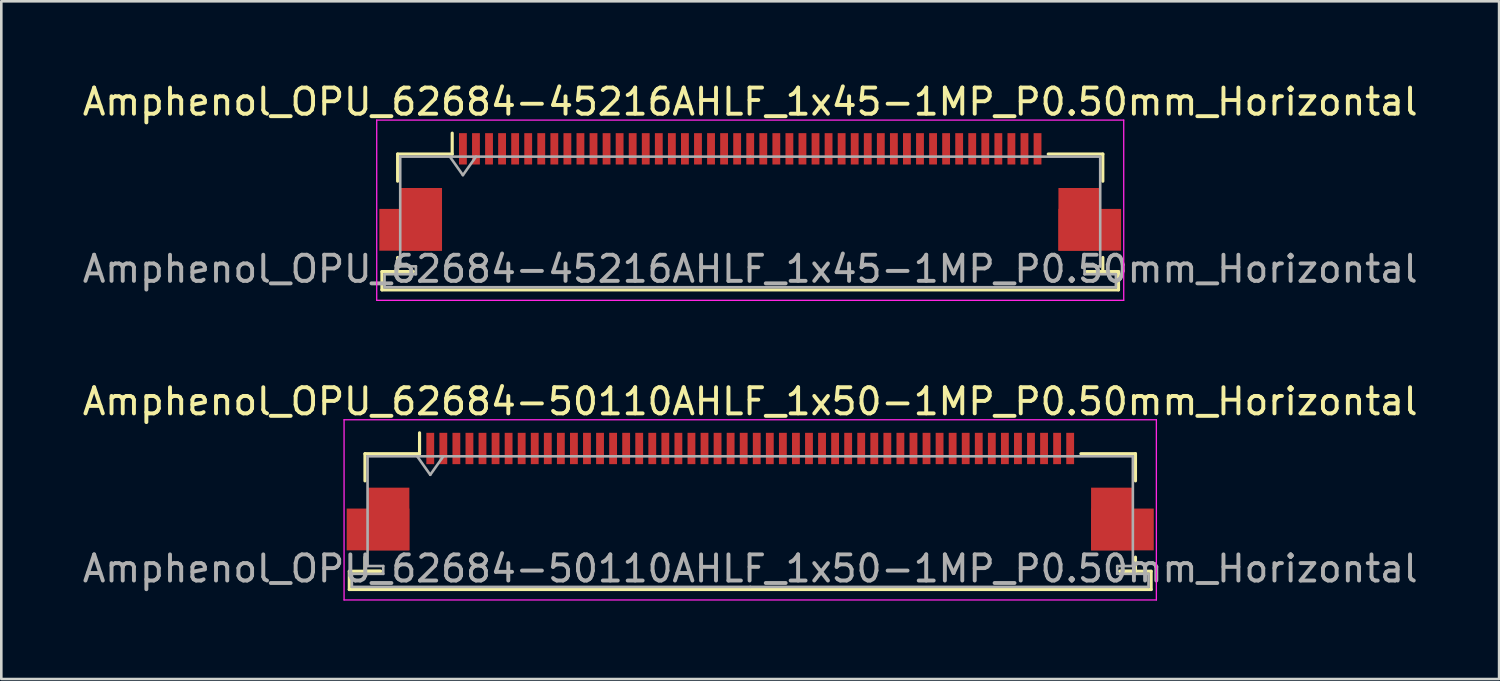
<source format=kicad_pcb>
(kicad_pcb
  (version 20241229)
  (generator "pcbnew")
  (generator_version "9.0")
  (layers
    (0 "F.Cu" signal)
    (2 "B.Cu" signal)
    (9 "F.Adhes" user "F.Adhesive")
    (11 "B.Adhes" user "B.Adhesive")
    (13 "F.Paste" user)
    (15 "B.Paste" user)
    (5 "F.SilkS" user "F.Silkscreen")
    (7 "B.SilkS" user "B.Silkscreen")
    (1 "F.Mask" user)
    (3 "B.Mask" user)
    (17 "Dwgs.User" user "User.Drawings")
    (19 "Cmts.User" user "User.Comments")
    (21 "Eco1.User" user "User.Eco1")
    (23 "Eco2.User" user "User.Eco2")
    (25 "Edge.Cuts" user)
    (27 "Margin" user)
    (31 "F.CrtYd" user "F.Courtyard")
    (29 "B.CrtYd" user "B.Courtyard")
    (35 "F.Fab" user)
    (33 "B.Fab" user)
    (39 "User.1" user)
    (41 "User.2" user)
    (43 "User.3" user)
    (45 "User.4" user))
  (footprint "Amphenol_OPU_62684-45216AHLF_1x45-1MP_P0.50mm_Horizontal"
    (layer "F.Cu")
    (at 25.673 4.298)
    (property "Reference" "Amphenol_OPU_62684-45216AHLF_1x45-1MP_P0.50mm_Horizontal" (at 0 -3.45 0) (layer "F.SilkS") (effects (font (size 1 1) (thickness 0.15))))
    (attr smd)
    (fp_line (start -14.1 3.05) (end -14.1 3.75) (stroke (width 0.12) (type solid)) (layer "F.SilkS"))
    (fp_line (start -14.1 3.75) (end 14.1 3.75) (stroke (width 0.12) (type solid)) (layer "F.SilkS"))
    (fp_line (start -13.5 -1.45) (end -13.5 -0.41) (stroke (width 0.12) (type solid)) (layer "F.SilkS"))
    (fp_line (start -13.5 2.51) (end -13.5 3.05) (stroke (width 0.12) (type solid)) (layer "F.SilkS"))
    (fp_line (start -13.5 3.05) (end -12.9 3.05) (stroke (width 0.12) (type solid)) (layer "F.SilkS"))
    (fp_line (start -12.9 3.05) (end -14.1 3.05) (stroke (width 0.12) (type solid)) (layer "F.SilkS"))
    (fp_line (start -11.41 -1.45) (end -13.5 -1.45) (stroke (width 0.12) (type solid)) (layer "F.SilkS"))
    (fp_line (start -11.41 -1.45) (end -11.41 -2.25) (stroke (width 0.12) (type solid)) (layer "F.SilkS"))
    (fp_line (start 11.41 -1.45) (end 13.5 -1.45) (stroke (width 0.12) (type solid)) (layer "F.SilkS"))
    (fp_line (start 12.9 3.05) (end 13.5 3.05) (stroke (width 0.12) (type solid)) (layer "F.SilkS"))
    (fp_line (start 13.5 -1.45) (end 13.5 -0.41) (stroke (width 0.12) (type solid)) (layer "F.SilkS"))
    (fp_line (start 13.5 3.05) (end 13.5 2.51) (stroke (width 0.12) (type solid)) (layer "F.SilkS"))
    (fp_line (start 14.1 3.05) (end 12.9 3.05) (stroke (width 0.12) (type solid)) (layer "F.SilkS"))
    (fp_line (start 14.1 3.75) (end 14.1 3.05) (stroke (width 0.12) (type solid)) (layer "F.SilkS"))
    (fp_line (start -14.3 -2.75) (end -14.3 4.15) (stroke (width 0.05) (type solid)) (layer "F.CrtYd"))
    (fp_line (start -14.3 4.15) (end 14.3 4.15) (stroke (width 0.05) (type solid)) (layer "F.CrtYd"))
    (fp_line (start 14.3 -2.75) (end -14.3 -2.75) (stroke (width 0.05) (type solid)) (layer "F.CrtYd"))
    (fp_line (start 14.3 4.15) (end 14.3 -2.75) (stroke (width 0.05) (type solid)) (layer "F.CrtYd"))
    (fp_line (start -14 3.15) (end -14 3.65) (stroke (width 0.1) (type solid)) (layer "F.Fab"))
    (fp_line (start -14 3.65) (end 0 3.65) (stroke (width 0.1) (type solid)) (layer "F.Fab"))
    (fp_line (start -13.4 -1.35) (end -13.4 2.85) (stroke (width 0.1) (type solid)) (layer "F.Fab"))
    (fp_line (start -13.4 2.85) (end -12.8 2.85) (stroke (width 0.1) (type solid)) (layer "F.Fab"))
    (fp_line (start -12.8 2.85) (end -12.8 3.15) (stroke (width 0.1) (type solid)) (layer "F.Fab"))
    (fp_line (start -12.8 3.15) (end -14 3.15) (stroke (width 0.1) (type solid)) (layer "F.Fab"))
    (fp_line (start -11.5 -1.35) (end -11 -0.643) (stroke (width 0.1) (type solid)) (layer "F.Fab"))
    (fp_line (start -11 -0.643) (end -10.5 -1.35) (stroke (width 0.1) (type solid)) (layer "F.Fab"))
    (fp_line (start 0 -1.35) (end -13.4 -1.35) (stroke (width 0.1) (type solid)) (layer "F.Fab"))
    (fp_line (start 0 -1.35) (end 13.4 -1.35) (stroke (width 0.1) (type solid)) (layer "F.Fab"))
    (fp_line (start 12.8 2.85) (end 12.8 3.15) (stroke (width 0.1) (type solid)) (layer "F.Fab"))
    (fp_line (start 12.8 3.15) (end 14 3.15) (stroke (width 0.1) (type solid)) (layer "F.Fab"))
    (fp_line (start 13.4 -1.35) (end 13.4 2.85) (stroke (width 0.1) (type solid)) (layer "F.Fab"))
    (fp_line (start 13.4 2.85) (end 12.8 2.85) (stroke (width 0.1) (type solid)) (layer "F.Fab"))
    (fp_line (start 14 3.15) (end 14 3.65) (stroke (width 0.1) (type solid)) (layer "F.Fab"))
    (fp_line (start 14 3.65) (end 0 3.65) (stroke (width 0.1) (type solid)) (layer "F.Fab"))
    (fp_text user "${REFERENCE}" (at 0 2.95 0) (layer "F.Fab") (effects (font (size 1 1) (thickness 0.15))))
    (pad "1" smd rect (at -11 -1.65) (size 0.3 1.2) (layers "F.Cu" "F.Mask" "F.Paste"))
    (pad "2" smd rect (at -10.5 -1.65) (size 0.3 1.2) (layers "F.Cu" "F.Mask" "F.Paste"))
    (pad "3" smd rect (at -10 -1.65) (size 0.3 1.2) (layers "F.Cu" "F.Mask" "F.Paste"))
    (pad "4" smd rect (at -9.5 -1.65) (size 0.3 1.2) (layers "F.Cu" "F.Mask" "F.Paste"))
    (pad "5" smd rect (at -9 -1.65) (size 0.3 1.2) (layers "F.Cu" "F.Mask" "F.Paste"))
    (pad "6" smd rect (at -8.5 -1.65) (size 0.3 1.2) (layers "F.Cu" "F.Mask" "F.Paste"))
    (pad "7" smd rect (at -8 -1.65) (size 0.3 1.2) (layers "F.Cu" "F.Mask" "F.Paste"))
    (pad "8" smd rect (at -7.5 -1.65) (size 0.3 1.2) (layers "F.Cu" "F.Mask" "F.Paste"))
    (pad "9" smd rect (at -7 -1.65) (size 0.3 1.2) (layers "F.Cu" "F.Mask" "F.Paste"))
    (pad "10" smd rect (at -6.5 -1.65) (size 0.3 1.2) (layers "F.Cu" "F.Mask" "F.Paste"))
    (pad "11" smd rect (at -6 -1.65) (size 0.3 1.2) (layers "F.Cu" "F.Mask" "F.Paste"))
    (pad "12" smd rect (at -5.5 -1.65) (size 0.3 1.2) (layers "F.Cu" "F.Mask" "F.Paste"))
    (pad "13" smd rect (at -5 -1.65) (size 0.3 1.2) (layers "F.Cu" "F.Mask" "F.Paste"))
    (pad "14" smd rect (at -4.5 -1.65) (size 0.3 1.2) (layers "F.Cu" "F.Mask" "F.Paste"))
    (pad "15" smd rect (at -4 -1.65) (size 0.3 1.2) (layers "F.Cu" "F.Mask" "F.Paste"))
    (pad "16" smd rect (at -3.5 -1.65) (size 0.3 1.2) (layers "F.Cu" "F.Mask" "F.Paste"))
    (pad "17" smd rect (at -3 -1.65) (size 0.3 1.2) (layers "F.Cu" "F.Mask" "F.Paste"))
    (pad "18" smd rect (at -2.5 -1.65) (size 0.3 1.2) (layers "F.Cu" "F.Mask" "F.Paste"))
    (pad "19" smd rect (at -2 -1.65) (size 0.3 1.2) (layers "F.Cu" "F.Mask" "F.Paste"))
    (pad "20" smd rect (at -1.5 -1.65) (size 0.3 1.2) (layers "F.Cu" "F.Mask" "F.Paste"))
    (pad "21" smd rect (at -1 -1.65) (size 0.3 1.2) (layers "F.Cu" "F.Mask" "F.Paste"))
    (pad "22" smd rect (at -0.5 -1.65) (size 0.3 1.2) (layers "F.Cu" "F.Mask" "F.Paste"))
    (pad "23" smd rect (at 0 -1.65) (size 0.3 1.2) (layers "F.Cu" "F.Mask" "F.Paste"))
    (pad "24" smd rect (at 0.5 -1.65) (size 0.3 1.2) (layers "F.Cu" "F.Mask" "F.Paste"))
    (pad "25" smd rect (at 1 -1.65) (size 0.3 1.2) (layers "F.Cu" "F.Mask" "F.Paste"))
    (pad "26" smd rect (at 1.5 -1.65) (size 0.3 1.2) (layers "F.Cu" "F.Mask" "F.Paste"))
    (pad "27" smd rect (at 2 -1.65) (size 0.3 1.2) (layers "F.Cu" "F.Mask" "F.Paste"))
    (pad "28" smd rect (at 2.5 -1.65) (size 0.3 1.2) (layers "F.Cu" "F.Mask" "F.Paste"))
    (pad "29" smd rect (at 3 -1.65) (size 0.3 1.2) (layers "F.Cu" "F.Mask" "F.Paste"))
    (pad "30" smd rect (at 3.5 -1.65) (size 0.3 1.2) (layers "F.Cu" "F.Mask" "F.Paste"))
    (pad "31" smd rect (at 4 -1.65) (size 0.3 1.2) (layers "F.Cu" "F.Mask" "F.Paste"))
    (pad "32" smd rect (at 4.5 -1.65) (size 0.3 1.2) (layers "F.Cu" "F.Mask" "F.Paste"))
    (pad "33" smd rect (at 5 -1.65) (size 0.3 1.2) (layers "F.Cu" "F.Mask" "F.Paste"))
    (pad "34" smd rect (at 5.5 -1.65) (size 0.3 1.2) (layers "F.Cu" "F.Mask" "F.Paste"))
    (pad "35" smd rect (at 6 -1.65) (size 0.3 1.2) (layers "F.Cu" "F.Mask" "F.Paste"))
    (pad "36" smd rect (at 6.5 -1.65) (size 0.3 1.2) (layers "F.Cu" "F.Mask" "F.Paste"))
    (pad "37" smd rect (at 7 -1.65) (size 0.3 1.2) (layers "F.Cu" "F.Mask" "F.Paste"))
    (pad "38" smd rect (at 7.5 -1.65) (size 0.3 1.2) (layers "F.Cu" "F.Mask" "F.Paste"))
    (pad "39" smd rect (at 8 -1.65) (size 0.3 1.2) (layers "F.Cu" "F.Mask" "F.Paste"))
    (pad "40" smd rect (at 8.5 -1.65) (size 0.3 1.2) (layers "F.Cu" "F.Mask" "F.Paste"))
    (pad "41" smd rect (at 9 -1.65) (size 0.3 1.2) (layers "F.Cu" "F.Mask" "F.Paste"))
    (pad "42" smd rect (at 9.5 -1.65) (size 0.3 1.2) (layers "F.Cu" "F.Mask" "F.Paste"))
    (pad "43" smd rect (at 10 -1.65) (size 0.3 1.2) (layers "F.Cu" "F.Mask" "F.Paste"))
    (pad "44" smd rect (at 10.5 -1.65) (size 0.3 1.2) (layers "F.Cu" "F.Mask" "F.Paste"))
    (pad "45" smd rect (at 11 -1.65) (size 0.3 1.2) (layers "F.Cu" "F.Mask" "F.Paste"))
    (pad "MP" smd rect (at -13 1.45) (size 2.4 1.6) (layers "F.Cu" "F.Mask" "F.Paste"))
    (pad "MP" smd rect (at -12.6 1.05) (size 1.6 2.4) (layers "F.Cu" "F.Mask" "F.Paste"))
    (pad "MP" smd rect (at 12.6 1.05) (size 1.6 2.4) (layers "F.Cu" "F.Mask" "F.Paste"))
    (pad "MP" smd rect (at 13 1.45) (size 2.4 1.6) (layers "F.Cu" "F.Mask" "F.Paste")))
  (footprint "Amphenol_OPU_62684-50110AHLF_1x50-1MP_P0.50mm_Horizontal"
    (layer "F.Cu")
    (at 25.673 15.771)
    (property "Reference" "Amphenol_OPU_62684-50110AHLF_1x50-1MP_P0.50mm_Horizontal" (at 0 -3.45 0) (layer "F.SilkS") (effects (font (size 1 1) (thickness 0.15))))
    (attr smd)
    (fp_line (start -15.35 3.05) (end -15.35 3.75) (stroke (width 0.12) (type solid)) (layer "F.SilkS"))
    (fp_line (start -15.35 3.75) (end 15.35 3.75) (stroke (width 0.12) (type solid)) (layer "F.SilkS"))
    (fp_line (start -14.75 -1.45) (end -14.75 -0.41) (stroke (width 0.12) (type solid)) (layer "F.SilkS"))
    (fp_line (start -14.75 2.51) (end -14.75 3.05) (stroke (width 0.12) (type solid)) (layer "F.SilkS"))
    (fp_line (start -14.75 3.05) (end -14.15 3.05) (stroke (width 0.12) (type solid)) (layer "F.SilkS"))
    (fp_line (start -14.15 3.05) (end -15.35 3.05) (stroke (width 0.12) (type solid)) (layer "F.SilkS"))
    (fp_line (start -12.66 -1.45) (end -14.75 -1.45) (stroke (width 0.12) (type solid)) (layer "F.SilkS"))
    (fp_line (start -12.66 -1.45) (end -12.66 -2.25) (stroke (width 0.12) (type solid)) (layer "F.SilkS"))
    (fp_line (start 12.66 -1.45) (end 14.75 -1.45) (stroke (width 0.12) (type solid)) (layer "F.SilkS"))
    (fp_line (start 14.15 3.05) (end 14.75 3.05) (stroke (width 0.12) (type solid)) (layer "F.SilkS"))
    (fp_line (start 14.75 -1.45) (end 14.75 -0.41) (stroke (width 0.12) (type solid)) (layer "F.SilkS"))
    (fp_line (start 14.75 3.05) (end 14.75 2.51) (stroke (width 0.12) (type solid)) (layer "F.SilkS"))
    (fp_line (start 15.35 3.05) (end 14.15 3.05) (stroke (width 0.12) (type solid)) (layer "F.SilkS"))
    (fp_line (start 15.35 3.75) (end 15.35 3.05) (stroke (width 0.12) (type solid)) (layer "F.SilkS"))
    (fp_line (start -15.55 -2.75) (end -15.55 4.15) (stroke (width 0.05) (type solid)) (layer "F.CrtYd"))
    (fp_line (start -15.55 4.15) (end 15.55 4.15) (stroke (width 0.05) (type solid)) (layer "F.CrtYd"))
    (fp_line (start 15.55 -2.75) (end -15.55 -2.75) (stroke (width 0.05) (type solid)) (layer "F.CrtYd"))
    (fp_line (start 15.55 4.15) (end 15.55 -2.75) (stroke (width 0.05) (type solid)) (layer "F.CrtYd"))
    (fp_line (start -15.25 3.15) (end -15.25 3.65) (stroke (width 0.1) (type solid)) (layer "F.Fab"))
    (fp_line (start -15.25 3.65) (end 0 3.65) (stroke (width 0.1) (type solid)) (layer "F.Fab"))
    (fp_line (start -14.65 -1.35) (end -14.65 2.85) (stroke (width 0.1) (type solid)) (layer "F.Fab"))
    (fp_line (start -14.65 2.85) (end -14.05 2.85) (stroke (width 0.1) (type solid)) (layer "F.Fab"))
    (fp_line (start -14.05 2.85) (end -14.05 3.15) (stroke (width 0.1) (type solid)) (layer "F.Fab"))
    (fp_line (start -14.05 3.15) (end -15.25 3.15) (stroke (width 0.1) (type solid)) (layer "F.Fab"))
    (fp_line (start -12.75 -1.35) (end -12.25 -0.643) (stroke (width 0.1) (type solid)) (layer "F.Fab"))
    (fp_line (start -12.25 -0.643) (end -11.75 -1.35) (stroke (width 0.1) (type solid)) (layer "F.Fab"))
    (fp_line (start 0 -1.35) (end -14.65 -1.35) (stroke (width 0.1) (type solid)) (layer "F.Fab"))
    (fp_line (start 0 -1.35) (end 14.65 -1.35) (stroke (width 0.1) (type solid)) (layer "F.Fab"))
    (fp_line (start 14.05 2.85) (end 14.05 3.15) (stroke (width 0.1) (type solid)) (layer "F.Fab"))
    (fp_line (start 14.05 3.15) (end 15.25 3.15) (stroke (width 0.1) (type solid)) (layer "F.Fab"))
    (fp_line (start 14.65 -1.35) (end 14.65 2.85) (stroke (width 0.1) (type solid)) (layer "F.Fab"))
    (fp_line (start 14.65 2.85) (end 14.05 2.85) (stroke (width 0.1) (type solid)) (layer "F.Fab"))
    (fp_line (start 15.25 3.15) (end 15.25 3.65) (stroke (width 0.1) (type solid)) (layer "F.Fab"))
    (fp_line (start 15.25 3.65) (end 0 3.65) (stroke (width 0.1) (type solid)) (layer "F.Fab"))
    (fp_text user "${REFERENCE}" (at 0 2.95 0) (layer "F.Fab") (effects (font (size 1 1) (thickness 0.15))))
    (pad "1" smd rect (at -12.25 -1.65) (size 0.3 1.2) (layers "F.Cu" "F.Mask" "F.Paste"))
    (pad "2" smd rect (at -11.75 -1.65) (size 0.3 1.2) (layers "F.Cu" "F.Mask" "F.Paste"))
    (pad "3" smd rect (at -11.25 -1.65) (size 0.3 1.2) (layers "F.Cu" "F.Mask" "F.Paste"))
    (pad "4" smd rect (at -10.75 -1.65) (size 0.3 1.2) (layers "F.Cu" "F.Mask" "F.Paste"))
    (pad "5" smd rect (at -10.25 -1.65) (size 0.3 1.2) (layers "F.Cu" "F.Mask" "F.Paste"))
    (pad "6" smd rect (at -9.75 -1.65) (size 0.3 1.2) (layers "F.Cu" "F.Mask" "F.Paste"))
    (pad "7" smd rect (at -9.25 -1.65) (size 0.3 1.2) (layers "F.Cu" "F.Mask" "F.Paste"))
    (pad "8" smd rect (at -8.75 -1.65) (size 0.3 1.2) (layers "F.Cu" "F.Mask" "F.Paste"))
    (pad "9" smd rect (at -8.25 -1.65) (size 0.3 1.2) (layers "F.Cu" "F.Mask" "F.Paste"))
    (pad "10" smd rect (at -7.75 -1.65) (size 0.3 1.2) (layers "F.Cu" "F.Mask" "F.Paste"))
    (pad "11" smd rect (at -7.25 -1.65) (size 0.3 1.2) (layers "F.Cu" "F.Mask" "F.Paste"))
    (pad "12" smd rect (at -6.75 -1.65) (size 0.3 1.2) (layers "F.Cu" "F.Mask" "F.Paste"))
    (pad "13" smd rect (at -6.25 -1.65) (size 0.3 1.2) (layers "F.Cu" "F.Mask" "F.Paste"))
    (pad "14" smd rect (at -5.75 -1.65) (size 0.3 1.2) (layers "F.Cu" "F.Mask" "F.Paste"))
    (pad "15" smd rect (at -5.25 -1.65) (size 0.3 1.2) (layers "F.Cu" "F.Mask" "F.Paste"))
    (pad "16" smd rect (at -4.75 -1.65) (size 0.3 1.2) (layers "F.Cu" "F.Mask" "F.Paste"))
    (pad "17" smd rect (at -4.25 -1.65) (size 0.3 1.2) (layers "F.Cu" "F.Mask" "F.Paste"))
    (pad "18" smd rect (at -3.75 -1.65) (size 0.3 1.2) (layers "F.Cu" "F.Mask" "F.Paste"))
    (pad "19" smd rect (at -3.25 -1.65) (size 0.3 1.2) (layers "F.Cu" "F.Mask" "F.Paste"))
    (pad "20" smd rect (at -2.75 -1.65) (size 0.3 1.2) (layers "F.Cu" "F.Mask" "F.Paste"))
    (pad "21" smd rect (at -2.25 -1.65) (size 0.3 1.2) (layers "F.Cu" "F.Mask" "F.Paste"))
    (pad "22" smd rect (at -1.75 -1.65) (size 0.3 1.2) (layers "F.Cu" "F.Mask" "F.Paste"))
    (pad "23" smd rect (at -1.25 -1.65) (size 0.3 1.2) (layers "F.Cu" "F.Mask" "F.Paste"))
    (pad "24" smd rect (at -0.75 -1.65) (size 0.3 1.2) (layers "F.Cu" "F.Mask" "F.Paste"))
    (pad "25" smd rect (at -0.25 -1.65) (size 0.3 1.2) (layers "F.Cu" "F.Mask" "F.Paste"))
    (pad "26" smd rect (at 0.25 -1.65) (size 0.3 1.2) (layers "F.Cu" "F.Mask" "F.Paste"))
    (pad "27" smd rect (at 0.75 -1.65) (size 0.3 1.2) (layers "F.Cu" "F.Mask" "F.Paste"))
    (pad "28" smd rect (at 1.25 -1.65) (size 0.3 1.2) (layers "F.Cu" "F.Mask" "F.Paste"))
    (pad "29" smd rect (at 1.75 -1.65) (size 0.3 1.2) (layers "F.Cu" "F.Mask" "F.Paste"))
    (pad "30" smd rect (at 2.25 -1.65) (size 0.3 1.2) (layers "F.Cu" "F.Mask" "F.Paste"))
    (pad "31" smd rect (at 2.75 -1.65) (size 0.3 1.2) (layers "F.Cu" "F.Mask" "F.Paste"))
    (pad "32" smd rect (at 3.25 -1.65) (size 0.3 1.2) (layers "F.Cu" "F.Mask" "F.Paste"))
    (pad "33" smd rect (at 3.75 -1.65) (size 0.3 1.2) (layers "F.Cu" "F.Mask" "F.Paste"))
    (pad "34" smd rect (at 4.25 -1.65) (size 0.3 1.2) (layers "F.Cu" "F.Mask" "F.Paste"))
    (pad "35" smd rect (at 4.75 -1.65) (size 0.3 1.2) (layers "F.Cu" "F.Mask" "F.Paste"))
    (pad "36" smd rect (at 5.25 -1.65) (size 0.3 1.2) (layers "F.Cu" "F.Mask" "F.Paste"))
    (pad "37" smd rect (at 5.75 -1.65) (size 0.3 1.2) (layers "F.Cu" "F.Mask" "F.Paste"))
    (pad "38" smd rect (at 6.25 -1.65) (size 0.3 1.2) (layers "F.Cu" "F.Mask" "F.Paste"))
    (pad "39" smd rect (at 6.75 -1.65) (size 0.3 1.2) (layers "F.Cu" "F.Mask" "F.Paste"))
    (pad "40" smd rect (at 7.25 -1.65) (size 0.3 1.2) (layers "F.Cu" "F.Mask" "F.Paste"))
    (pad "41" smd rect (at 7.75 -1.65) (size 0.3 1.2) (layers "F.Cu" "F.Mask" "F.Paste"))
    (pad "42" smd rect (at 8.25 -1.65) (size 0.3 1.2) (layers "F.Cu" "F.Mask" "F.Paste"))
    (pad "43" smd rect (at 8.75 -1.65) (size 0.3 1.2) (layers "F.Cu" "F.Mask" "F.Paste"))
    (pad "44" smd rect (at 9.25 -1.65) (size 0.3 1.2) (layers "F.Cu" "F.Mask" "F.Paste"))
    (pad "45" smd rect (at 9.75 -1.65) (size 0.3 1.2) (layers "F.Cu" "F.Mask" "F.Paste"))
    (pad "46" smd rect (at 10.25 -1.65) (size 0.3 1.2) (layers "F.Cu" "F.Mask" "F.Paste"))
    (pad "47" smd rect (at 10.75 -1.65) (size 0.3 1.2) (layers "F.Cu" "F.Mask" "F.Paste"))
    (pad "48" smd rect (at 11.25 -1.65) (size 0.3 1.2) (layers "F.Cu" "F.Mask" "F.Paste"))
    (pad "49" smd rect (at 11.75 -1.65) (size 0.3 1.2) (layers "F.Cu" "F.Mask" "F.Paste"))
    (pad "50" smd rect (at 12.25 -1.65) (size 0.3 1.2) (layers "F.Cu" "F.Mask" "F.Paste"))
    (pad "MP" smd rect (at -14.25 1.45) (size 2.4 1.6) (layers "F.Cu" "F.Mask" "F.Paste"))
    (pad "MP" smd rect (at -13.85 1.05) (size 1.6 2.4) (layers "F.Cu" "F.Mask" "F.Paste"))
    (pad "MP" smd rect (at 13.85 1.05) (size 1.6 2.4) (layers "F.Cu" "F.Mask" "F.Paste"))
    (pad "MP" smd rect (at 14.25 1.45) (size 2.4 1.6) (layers "F.Cu" "F.Mask" "F.Paste")))
  (gr_rect
    (start -3 -3)
    (end 54.345 22.947)
    (stroke (width 0.1) (type default))
    (fill no)
    (layer "Edge.Cuts")))
</source>
